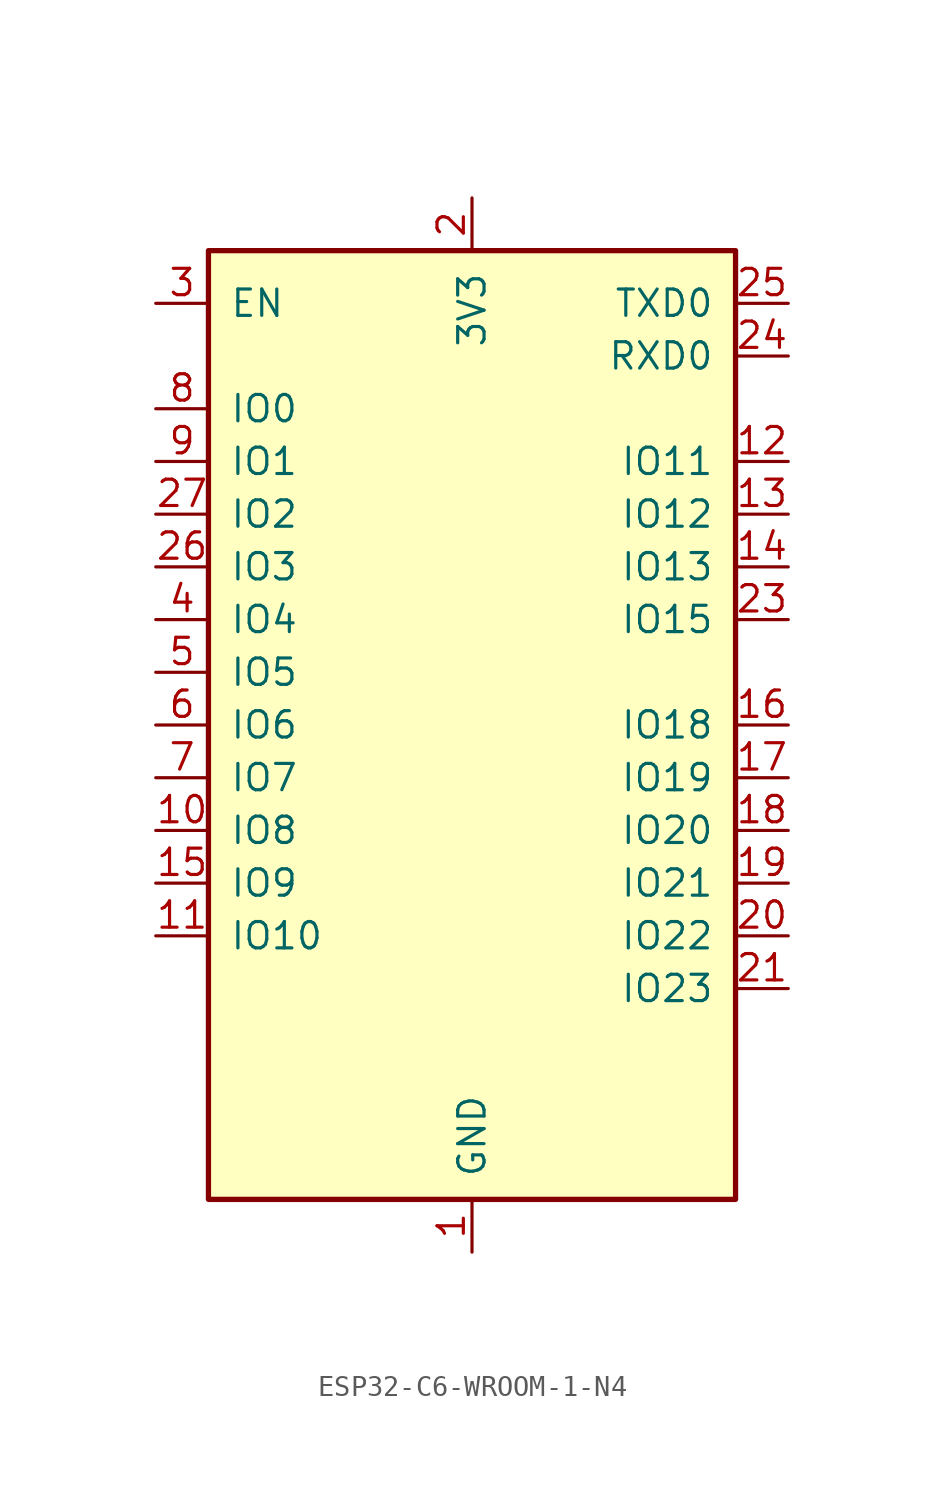
<source format=kicad_sym>
(kicad_symbol_lib
  (version 20241209)
  (generator "kicad_symbol_editor")
  (generator_version "9.0")
  (symbol "ESP32-C6-WROOM-1-N4"
    (pin_names
      (offset 1.016))
    (property "Reference" "U"
      (at -15.24 23.622 0)
      (effects (font (size 1.27 1.27)) (justify left bottom) (hide yes)))
    (symbol "ESP32-C6-WROOM-1-N4_0_1"
      (rectangle (start -12.7 22.86) (end 12.7 -22.86) (stroke (width 0.254) (type default)) (fill (type background))))
    (symbol "ESP32-C6-WROOM-1-N4_1_1"
      (pin input line (at -15.24 20.32 0) (length 2.54) (name "EN" (effects (font (size 1.27 1.27)))) (number "3" (effects (font (size 1.27 1.27)))))
      (pin bidirectional line (at -15.24 15.24 0) (length 2.54) (name "IO0" (effects (font (size 1.27 1.27)))) (number "8" (effects (font (size 1.27 1.27)))))
      (pin bidirectional line (at -15.24 12.7 0) (length 2.54) (name "IO1" (effects (font (size 1.27 1.27)))) (number "9" (effects (font (size 1.27 1.27)))))
      (pin bidirectional line (at -15.24 10.16 0) (length 2.54) (name "IO2" (effects (font (size 1.27 1.27)))) (number "27" (effects (font (size 1.27 1.27)))))
      (pin bidirectional line (at -15.24 7.62 0) (length 2.54) (name "IO3" (effects (font (size 1.27 1.27)))) (number "26" (effects (font (size 1.27 1.27)))))
      (pin bidirectional line (at -15.24 5.08 0) (length 2.54) (name "IO4" (effects (font (size 1.27 1.27)))) (number "4" (effects (font (size 1.27 1.27)))))
      (pin bidirectional line (at -15.24 2.54 0) (length 2.54) (name "IO5" (effects (font (size 1.27 1.27)))) (number "5" (effects (font (size 1.27 1.27)))))
      (pin bidirectional line (at -15.24 0 0) (length 2.54) (name "IO6" (effects (font (size 1.27 1.27)))) (number "6" (effects (font (size 1.27 1.27)))))
      (pin bidirectional line (at -15.24 -2.54 0) (length 2.54) (name "IO7" (effects (font (size 1.27 1.27)))) (number "7" (effects (font (size 1.27 1.27)))))
      (pin bidirectional line (at -15.24 -5.08 0) (length 2.54) (name "IO8" (effects (font (size 1.27 1.27)))) (number "10" (effects (font (size 1.27 1.27)))))
      (pin bidirectional line (at -15.24 -7.62 0) (length 2.54) (name "IO9" (effects (font (size 1.27 1.27)))) (number "15" (effects (font (size 1.27 1.27)))))
      (pin bidirectional line (at -15.24 -10.16 0) (length 2.54) (name "IO10" (effects (font (size 1.27 1.27)))) (number "11" (effects (font (size 1.27 1.27)))))
      (pin no_connect line (at -12.7 -12.7 0) (length 2.54) (hide yes) (name "NC" (effects (font (size 1.27 1.27)))) (number "22" (effects (font (size 1.27 1.27)))))
      (pin power_in line (at 0 25.4 270) (length 2.54) (name "3V3" (effects (font (size 1.27 1.27)))) (number "2" (effects (font (size 1.27 1.27)))))
      (pin power_in line (at 0 -25.4 90) (length 2.54) (name "GND" (effects (font (size 1.27 1.27)))) (number "1" (effects (font (size 1.27 1.27)))))
      (pin passive line (at 0 -25.4 90) (length 2.54) (hide yes) (name "GND" (effects (font (size 1.27 1.27)))) (number "11" (effects (font (size 1.27 1.27)))))
      (pin passive line (at 0 -25.4 90) (length 2.54) (hide yes) (name "GND" (effects (font (size 1.27 1.27)))) (number "14" (effects (font (size 1.27 1.27)))))
      (pin passive line (at 0 -25.4 90) (length 2.54) (hide yes) (name "GND" (effects (font (size 1.27 1.27)))) (number "2" (effects (font (size 1.27 1.27)))))
      (pin passive line (at 0 -25.4 90) (length 2.54) (hide yes) (name "GND" (effects (font (size 1.27 1.27)))) (number "36" (effects (font (size 1.27 1.27)))))
      (pin passive line (at 0 -25.4 90) (length 2.54) (hide yes) (name "GND" (effects (font (size 1.27 1.27)))) (number "37" (effects (font (size 1.27 1.27)))))
      (pin passive line (at 0 -25.4 90) (length 2.54) (hide yes) (name "GND" (effects (font (size 1.27 1.27)))) (number "38" (effects (font (size 1.27 1.27)))))
      (pin passive line (at 0 -25.4 90) (length 2.54) (hide yes) (name "GND" (effects (font (size 1.27 1.27)))) (number "39" (effects (font (size 1.27 1.27)))))
      (pin passive line (at 0 -25.4 90) (length 2.54) (hide yes) (name "GND" (effects (font (size 1.27 1.27)))) (number "40" (effects (font (size 1.27 1.27)))))
      (pin passive line (at 0 -25.4 90) (length 2.54) (hide yes) (name "GND" (effects (font (size 1.27 1.27)))) (number "41" (effects (font (size 1.27 1.27)))))
      (pin passive line (at 0 -25.4 90) (length 2.54) (hide yes) (name "GND" (effects (font (size 1.27 1.27)))) (number "42" (effects (font (size 1.27 1.27)))))
      (pin passive line (at 0 -25.4 90) (length 2.54) (hide yes) (name "GND" (effects (font (size 1.27 1.27)))) (number "43" (effects (font (size 1.27 1.27)))))
      (pin passive line (at 0 -25.4 90) (length 2.54) (hide yes) (name "GND" (effects (font (size 1.27 1.27)))) (number "44" (effects (font (size 1.27 1.27)))))
      (pin passive line (at 0 -25.4 90) (length 2.54) (hide yes) (name "GND" (effects (font (size 1.27 1.27)))) (number "45" (effects (font (size 1.27 1.27)))))
      (pin passive line (at 0 -25.4 90) (length 2.54) (hide yes) (name "GND" (effects (font (size 1.27 1.27)))) (number "46" (effects (font (size 1.27 1.27)))))
      (pin passive line (at 0 -25.4 90) (length 2.54) (hide yes) (name "GND" (effects (font (size 1.27 1.27)))) (number "47" (effects (font (size 1.27 1.27)))))
      (pin passive line (at 0 -25.4 90) (length 2.54) (hide yes) (name "GND" (effects (font (size 1.27 1.27)))) (number "48" (effects (font (size 1.27 1.27)))))
      (pin passive line (at 0 -25.4 90) (length 2.54) (hide yes) (name "GND" (effects (font (size 1.27 1.27)))) (number "49" (effects (font (size 1.27 1.27)))))
      (pin passive line (at 0 -25.4 90) (length 2.54) (hide yes) (name "GND" (effects (font (size 1.27 1.27)))) (number "50" (effects (font (size 1.27 1.27)))))
      (pin passive line (at 0 -25.4 90) (length 2.54) (hide yes) (name "GND" (effects (font (size 1.27 1.27)))) (number "51" (effects (font (size 1.27 1.27)))))
      (pin passive line (at 0 -25.4 90) (length 2.54) (hide yes) (name "GND" (effects (font (size 1.27 1.27)))) (number "52" (effects (font (size 1.27 1.27)))))
      (pin passive line (at 0 -25.4 90) (length 2.54) (hide yes) (name "GND" (effects (font (size 1.27 1.27)))) (number "53" (effects (font (size 1.27 1.27)))))
      (pin bidirectional line (at 15.24 20.32 180) (length 2.54) (name "TXD0" (effects (font (size 1.27 1.27)))) (number "25" (effects (font (size 1.27 1.27)))))
      (pin bidirectional line (at 15.24 17.78 180) (length 2.54) (name "RXD0" (effects (font (size 1.27 1.27)))) (number "24" (effects (font (size 1.27 1.27)))))
      (pin bidirectional line (at 15.24 12.7 180) (length 2.54) (name "IO11" (effects (font (size 1.27 1.27)))) (number "12" (effects (font (size 1.27 1.27)))))
      (pin bidirectional line (at 15.24 10.16 180) (length 2.54) (name "IO12" (effects (font (size 1.27 1.27)))) (number "13" (effects (font (size 1.27 1.27)))))
      (pin bidirectional line (at 15.24 7.62 180) (length 2.54) (name "IO13" (effects (font (size 1.27 1.27)))) (number "14" (effects (font (size 1.27 1.27)))))
      (pin bidirectional line (at 15.24 5.08 180) (length 2.54) (name "IO15" (effects (font (size 1.27 1.27)))) (number "23" (effects (font (size 1.27 1.27)))))
      (pin bidirectional line (at 15.24 0 180) (length 2.54) (name "IO18" (effects (font (size 1.27 1.27)))) (number "16" (effects (font (size 1.27 1.27)))))
      (pin bidirectional line (at 15.24 -2.54 180) (length 2.54) (name "IO19" (effects (font (size 1.27 1.27)))) (number "17" (effects (font (size 1.27 1.27)))))
      (pin bidirectional line (at 15.24 -5.08 180) (length 2.54) (name "IO20" (effects (font (size 1.27 1.27)))) (number "18" (effects (font (size 1.27 1.27)))))
      (pin bidirectional line (at 15.24 -7.62 180) (length 2.54) (name "IO21" (effects (font (size 1.27 1.27)))) (number "19" (effects (font (size 1.27 1.27)))))
      (pin bidirectional line (at 15.24 -10.16 180) (length 2.54) (name "IO22" (effects (font (size 1.27 1.27)))) (number "20" (effects (font (size 1.27 1.27)))))
      (pin bidirectional line (at 15.24 -12.7 180) (length 2.54) (name "IO23" (effects (font (size 1.27 1.27)))) (number "21" (effects (font (size 1.27 1.27))))))))
</source>
